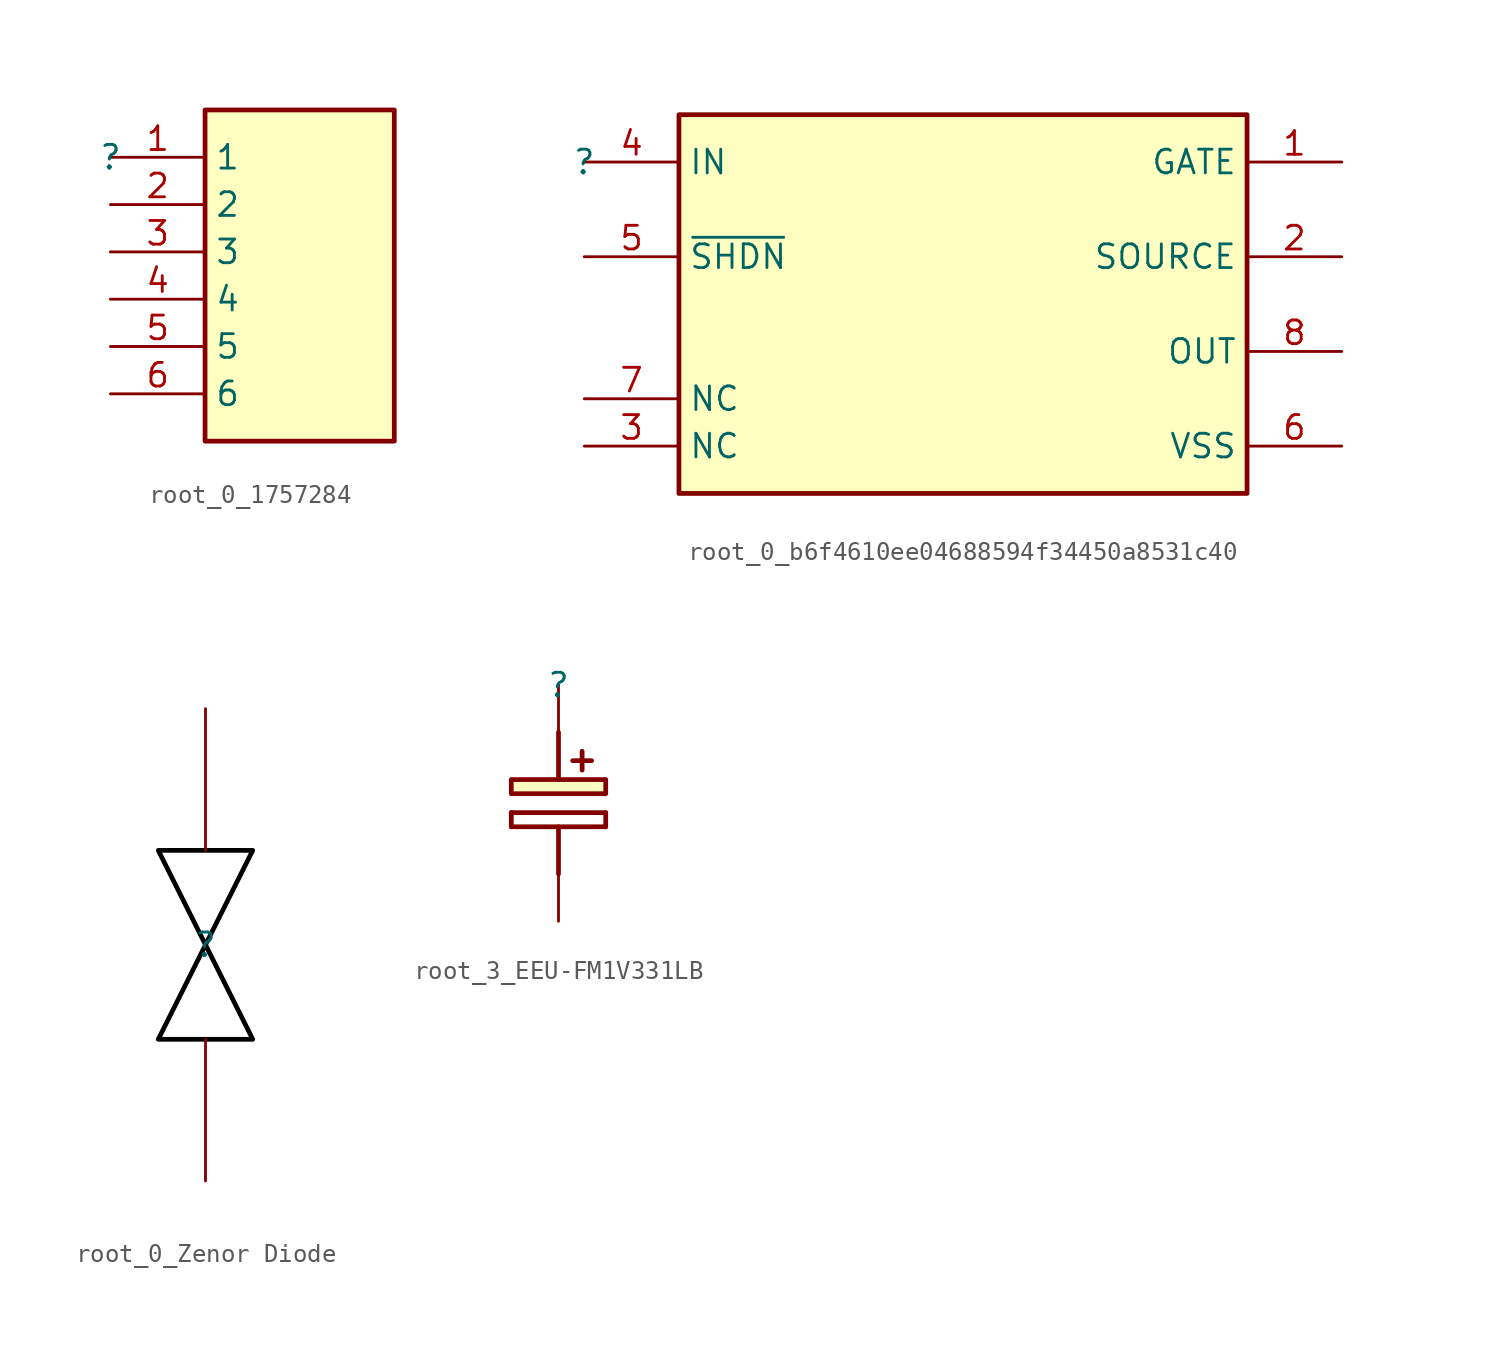
<source format=kicad_sym>
(kicad_symbol_lib
  (version 20220914)
  (generator kicad_symbol_editor)
  (symbol "root_0_1757284"
    (property "Reference" ""
      (at 0 0 0)
      (effects (font (size 1.27 1.27))))
    (property "Value" ""
      (at 0 0 0)
      (effects (font (size 1.27 1.27))))
    (symbol "root_0_1757284_1_0"
      (rectangle (start 15.24 2.54) (end 5.08 -15.24) (stroke (width 0.254) (type solid)) (fill (type background)))
      (pin output line (at 0 0 0) (length 5.08) (name "1" (effects (font (size 1.27 1.27)))) (number "1" (effects (font (size 1.27 1.27)))))
      (pin input line (at 0 -2.54 0) (length 5.08) (name "2" (effects (font (size 1.27 1.27)))) (number "2" (effects (font (size 1.27 1.27)))))
      (pin output line (at 0 -5.08 0) (length 5.08) (name "3" (effects (font (size 1.27 1.27)))) (number "3" (effects (font (size 1.27 1.27)))))
      (pin input line (at 0 -7.62 0) (length 5.08) (name "4" (effects (font (size 1.27 1.27)))) (number "4" (effects (font (size 1.27 1.27)))))
      (pin output line (at 0 -10.16 0) (length 5.08) (name "5" (effects (font (size 1.27 1.27)))) (number "5" (effects (font (size 1.27 1.27)))))
      (pin passive line (at 0 -12.7 0) (length 5.08) (name "6" (effects (font (size 1.27 1.27)))) (number "6" (effects (font (size 1.27 1.27)))))))
  (symbol "root_0_b6f4610ee04688594f34450a8531c40"
    (property "Reference" ""
      (at 0 0 0)
      (effects (font (size 1.27 1.27))))
    (property "Value" ""
      (at 0 0 0)
      (effects (font (size 1.27 1.27))))
    (symbol "root_0_b6f4610ee04688594f34450a8531c40_1_0"
      (rectangle (start 35.56 2.54) (end 5.08 -17.78) (stroke (width 0.254) (type solid)) (fill (type background)))
      (pin output line (at 40.64 0 180) (length 5.08) (name "GATE" (effects (font (size 1.27 1.27)))) (number "1" (effects (font (size 1.27 1.27)))))
      (pin passive line (at 40.64 -5.08 180) (length 5.08) (name "SOURCE" (effects (font (size 1.27 1.27)))) (number "2" (effects (font (size 1.27 1.27)))))
      (pin passive line (at 0 -15.24 0) (length 5.08) (name "NC" (effects (font (size 1.27 1.27)))) (number "3" (effects (font (size 1.27 1.27)))))
      (pin input line (at 0 0 0) (length 5.08) (name "IN" (effects (font (size 1.27 1.27)))) (number "4" (effects (font (size 1.27 1.27)))))
      (pin input line (at 0 -5.08 0) (length 5.08) (name "~{SHDN}" (effects (font (size 1.27 1.27)))) (number "5" (effects (font (size 1.27 1.27)))))
      (pin power_in line (at 40.64 -15.24 180) (length 5.08) (name "VSS" (effects (font (size 1.27 1.27)))) (number "6" (effects (font (size 1.27 1.27)))))
      (pin passive line (at 0 -12.7 0) (length 5.08) (name "NC" (effects (font (size 1.27 1.27)))) (number "7" (effects (font (size 1.27 1.27)))))
      (pin input line (at 40.64 -10.16 180) (length 5.08) (name "OUT" (effects (font (size 1.27 1.27)))) (number "8" (effects (font (size 1.27 1.27)))))))
  (symbol "root_0_Zenor Diode"
    (property "Reference" ""
      (at 0 0 0)
      (effects (font (size 1.27 1.27))))
    (property "Value" ""
      (at 0 0 0)
      (effects (font (size 1.27 1.27))))
    (symbol "root_0_Zenor Diode_1_0"
      (polyline (pts (xy -2.54 5.08) (xy 2.54 5.08) (xy -2.54 -5.08) (xy 2.54 -5.08) (xy -2.54 5.08)) (stroke (width 0.254) (type solid) (color 0 0 0 1)) (fill (type none)))
      (pin passive line (at 0 12.7 270) (length 7.62) (name "" (effects (font (size 0 0)))) (number "A" (effects (font (size 0 0)))))
      (pin passive line (at 0 -12.7 90) (length 7.62) (name "2" (effects (font (size 0 0)))) (number "K" (effects (font (size 0 0)))))))
  (symbol "root_3_EEU-FM1V331LB"
    (property "Reference" ""
      (at 0 0 0)
      (effects (font (size 1.27 1.27))))
    (property "Value" ""
      (at 0 0 0)
      (effects (font (size 1.27 1.27))))
    (symbol "root_3_EEU-FM1V331LB_1_0"
      (polyline (pts (xy -2.54 -7.62) (xy -2.54 -6.858)) (stroke (width 0.254) (type solid)) (fill (type none)))
      (polyline (pts (xy -2.54 -6.858) (xy 2.54 -6.858)) (stroke (width 0.254) (type solid)) (fill (type none)))
      (polyline (pts (xy 0 -7.62) (xy 0 -10.16)) (stroke (width 0.254) (type solid)) (fill (type none)))
      (polyline (pts (xy 0 -2.54) (xy 0 -5.08)) (stroke (width 0.254) (type solid)) (fill (type none)))
      (polyline (pts (xy 1.27 -4.572) (xy 1.27 -3.556)) (stroke (width 0.254) (type solid)) (fill (type none)))
      (polyline (pts (xy 1.778 -4.064) (xy 0.762 -4.064)) (stroke (width 0.254) (type solid)) (fill (type none)))
      (polyline (pts (xy 2.54 -7.62) (xy -2.54 -7.62)) (stroke (width 0.254) (type solid)) (fill (type none)))
      (polyline (pts (xy 2.54 -6.858) (xy 2.54 -7.62)) (stroke (width 0.254) (type solid)) (fill (type none)))
      (rectangle (start 2.54 -5.08) (end -2.54 -5.842) (stroke (width 0.254) (type solid)) (fill (type background)))
      (pin passive line (at 0 0 270) (length 2.54) (name "+" (effects (font (size 0 0)))) (number "1" (effects (font (size 0 0)))))
      (pin passive line (at 0 -12.7 90) (length 2.54) (name "-" (effects (font (size 0 0)))) (number "2" (effects (font (size 0 0))))))))
</source>
